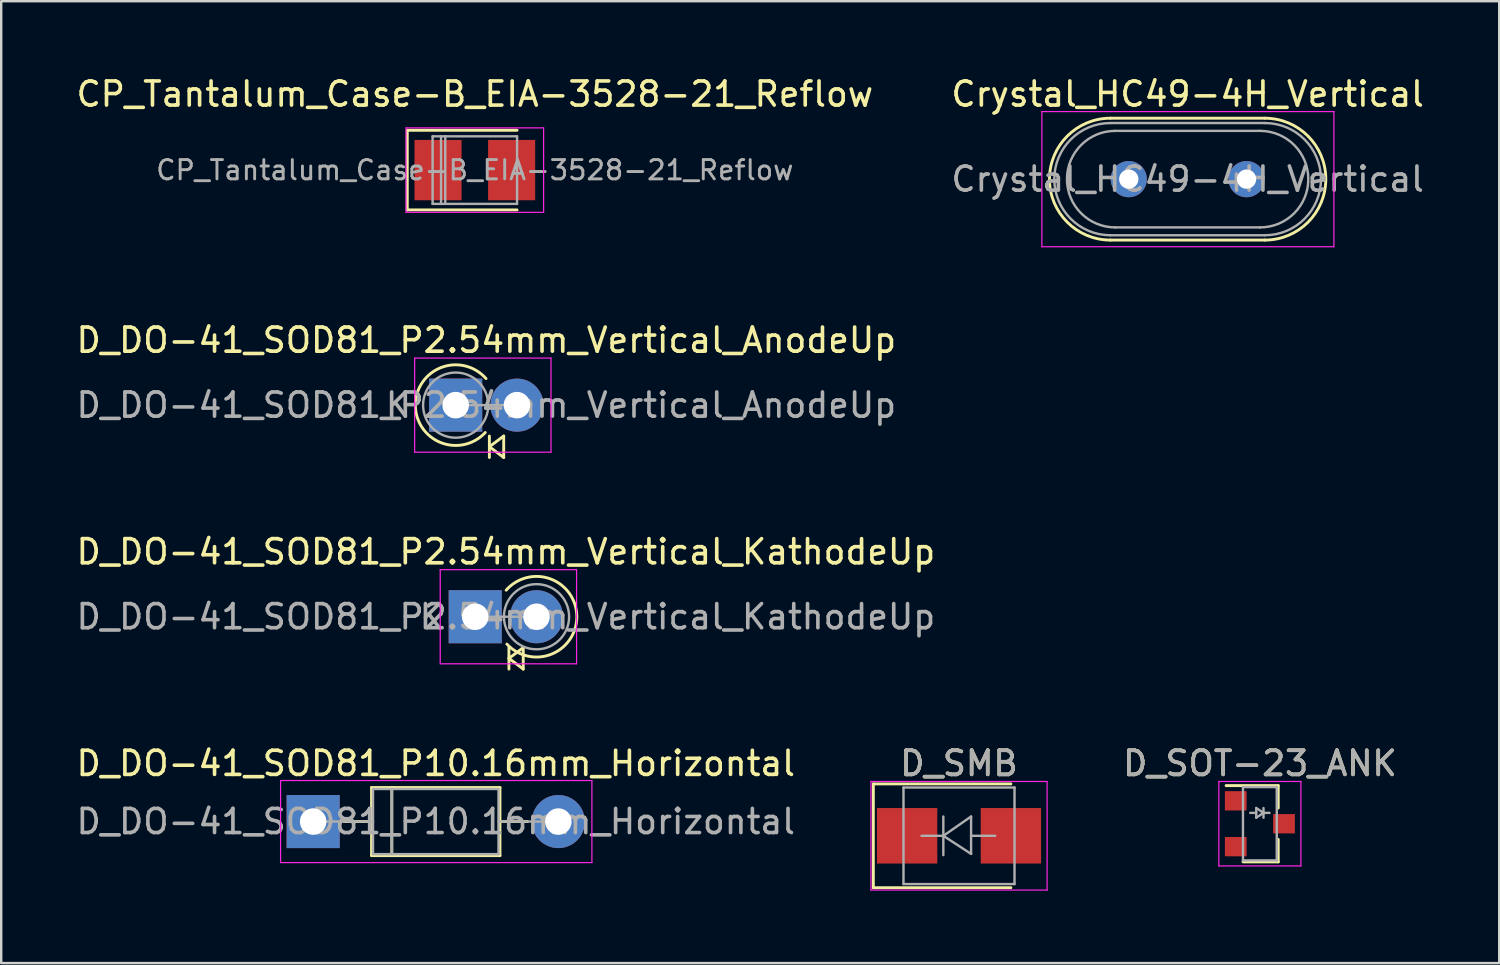
<source format=kicad_pcb>
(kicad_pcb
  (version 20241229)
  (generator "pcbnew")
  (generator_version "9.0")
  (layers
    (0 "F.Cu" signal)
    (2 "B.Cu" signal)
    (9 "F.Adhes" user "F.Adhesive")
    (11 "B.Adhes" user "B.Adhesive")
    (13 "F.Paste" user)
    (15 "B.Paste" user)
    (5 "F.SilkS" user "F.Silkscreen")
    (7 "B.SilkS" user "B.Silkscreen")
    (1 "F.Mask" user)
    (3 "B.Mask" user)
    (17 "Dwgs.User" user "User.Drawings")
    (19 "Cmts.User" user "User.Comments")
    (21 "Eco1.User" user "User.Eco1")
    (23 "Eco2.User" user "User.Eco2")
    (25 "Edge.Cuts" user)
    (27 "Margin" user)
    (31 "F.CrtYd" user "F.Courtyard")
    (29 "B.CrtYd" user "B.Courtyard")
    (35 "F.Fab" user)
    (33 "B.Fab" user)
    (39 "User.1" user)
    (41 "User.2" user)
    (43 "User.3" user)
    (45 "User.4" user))
  (footprint "D_DO-41_SOD81_P2.54mm_Vertical_KathodeUp"
    (layer "F.Cu")
    (at 16.641 22.505)
    (property "Reference" "D_DO-41_SOD81_P2.54mm_Vertical_KathodeUp" (at 1.27 -2.691 0) (layer "F.SilkS") (effects (font (size 1 1) (thickness 0.15))))
    (attr through_hole)
    (fp_line (start 1.397 1.28) (end 1.397 2.169) (stroke (width 0.12) (type solid)) (layer "F.SilkS"))
    (fp_line (start 1.397 1.724) (end 1.99 1.28) (stroke (width 0.12) (type solid)) (layer "F.SilkS"))
    (fp_line (start 1.99 1.28) (end 1.99 2.169) (stroke (width 0.12) (type solid)) (layer "F.SilkS"))
    (fp_line (start 1.99 2.169) (end 1.397 1.724) (stroke (width 0.12) (type solid)) (layer "F.SilkS"))
    (fp_arc (start 1.282484 -1.1) (mid 4.21058 -0.022525) (end 1.312599 1.133505) (stroke (width 0.12) (type solid)) (layer "F.SilkS"))
    (fp_line (start -1.45 -1.95) (end -1.45 1.95) (stroke (width 0.05) (type solid)) (layer "F.CrtYd"))
    (fp_line (start -1.45 1.95) (end 4.2 1.95) (stroke (width 0.05) (type solid)) (layer "F.CrtYd"))
    (fp_line (start 4.2 -1.95) (end -1.45 -1.95) (stroke (width 0.05) (type solid)) (layer "F.CrtYd"))
    (fp_line (start 4.2 1.95) (end 4.2 -1.95) (stroke (width 0.05) (type solid)) (layer "F.CrtYd"))
    (fp_line (start 0 0) (end 2.54 0) (stroke (width 0.1) (type solid)) (layer "F.Fab"))
    (fp_circle (center 2.54 0) (end 3.89 0) (stroke (width 0.1) (type solid)) (fill no) (layer "F.Fab"))
    (fp_text user "K" (at -1.8 0 0) (layer "F.Fab") (effects (font (size 1 1) (thickness 0.15))))
    (fp_text user "${REFERENCE}" (at 1.27 0 0) (layer "F.Fab") (effects (font (size 1 1) (thickness 0.15))))
    (pad "1" thru_hole rect (at 0 0) (size 2.2 2.2) (drill 1.1) (layers "*.Cu" "*.Mask"))
    (pad "2" thru_hole oval (at 2.54 0) (size 2.2 2.2) (drill 1.1) (layers "*.Cu" "*.Mask")))
  (footprint "Crystal_HC49-4H_Vertical"
    (layer "F.Cu")
    (at 43.721 4.373)
    (property "Reference" "Crystal_HC49-4H_Vertical" (at 2.44 -3.525 0) (layer "F.SilkS") (effects (font (size 1 1) (thickness 0.15))))
    (attr through_hole)
    (fp_line (start -0.76 -2.525) (end 5.64 -2.525) (stroke (width 0.12) (type solid)) (layer "F.SilkS"))
    (fp_line (start -0.76 2.525) (end 5.64 2.525) (stroke (width 0.12) (type solid)) (layer "F.SilkS"))
    (fp_arc (start -0.76 2.525) (mid -3.285 0) (end -0.76 -2.525) (stroke (width 0.12) (type solid)) (layer "F.SilkS"))
    (fp_arc (start 5.64 -2.525) (mid 8.165 0) (end 5.64 2.525) (stroke (width 0.12) (type solid)) (layer "F.SilkS"))
    (fp_line (start -3.6 -2.8) (end -3.6 2.8) (stroke (width 0.05) (type solid)) (layer "F.CrtYd"))
    (fp_line (start -3.6 2.8) (end 8.5 2.8) (stroke (width 0.05) (type solid)) (layer "F.CrtYd"))
    (fp_line (start 8.5 -2.8) (end -3.6 -2.8) (stroke (width 0.05) (type solid)) (layer "F.CrtYd"))
    (fp_line (start 8.5 2.8) (end 8.5 -2.8) (stroke (width 0.05) (type solid)) (layer "F.CrtYd"))
    (fp_line (start -0.76 -2.325) (end 5.64 -2.325) (stroke (width 0.1) (type solid)) (layer "F.Fab"))
    (fp_line (start -0.76 2.325) (end 5.64 2.325) (stroke (width 0.1) (type solid)) (layer "F.Fab"))
    (fp_line (start -0.56 -2) (end 5.44 -2) (stroke (width 0.1) (type solid)) (layer "F.Fab"))
    (fp_line (start -0.56 2) (end 5.44 2) (stroke (width 0.1) (type solid)) (layer "F.Fab"))
    (fp_arc (start -0.76 2.325) (mid -3.085 0) (end -0.76 -2.325) (stroke (width 0.1) (type solid)) (layer "F.Fab"))
    (fp_arc (start -0.56 2) (mid -2.56 0) (end -0.56 -2) (stroke (width 0.1) (type solid)) (layer "F.Fab"))
    (fp_arc (start 5.44 -2) (mid 7.44 0) (end 5.44 2) (stroke (width 0.1) (type solid)) (layer "F.Fab"))
    (fp_arc (start 5.64 -2.325) (mid 7.965 0) (end 5.64 2.325) (stroke (width 0.1) (type solid)) (layer "F.Fab"))
    (fp_text user "${REFERENCE}" (at 2.44 0 0) (layer "F.Fab") (effects (font (size 1 1) (thickness 0.15))))
    (pad "1" thru_hole circle (at 0 0) (size 1.5 1.5) (drill 0.8) (layers "*.Cu" "*.Mask"))
    (pad "2" thru_hole circle (at 4.88 0) (size 1.5 1.5) (drill 0.8) (layers "*.Cu" "*.Mask")))
  (footprint "D_SOT-23_ANK"
    (layer "F.Cu")
    (at 49.154 31.082)
    (property "Reference" "D_SOT-23_ANK" (at 0 -2.5 0) (layer "F.SilkS") (effects (font (size 1 1) (thickness 0.15))))
    (attr smd)
    (fp_line (start 0.76 -1.58) (end -1.4 -1.58) (stroke (width 0.12) (type solid)) (layer "F.SilkS"))
    (fp_line (start 0.76 -1.58) (end 0.76 -0.65) (stroke (width 0.12) (type solid)) (layer "F.SilkS"))
    (fp_line (start 0.76 1.58) (end -0.7 1.58) (stroke (width 0.12) (type solid)) (layer "F.SilkS"))
    (fp_line (start 0.76 1.58) (end 0.76 0.65) (stroke (width 0.12) (type solid)) (layer "F.SilkS"))
    (fp_line (start -1.7 -1.75) (end 1.7 -1.75) (stroke (width 0.05) (type solid)) (layer "F.CrtYd"))
    (fp_line (start -1.7 1.75) (end -1.7 -1.75) (stroke (width 0.05) (type solid)) (layer "F.CrtYd"))
    (fp_line (start 1.7 -1.75) (end 1.7 1.75) (stroke (width 0.05) (type solid)) (layer "F.CrtYd"))
    (fp_line (start 1.7 1.75) (end -1.7 1.75) (stroke (width 0.05) (type solid)) (layer "F.CrtYd"))
    (fp_line (start -0.7 -1.52) (end -0.7 1.52) (stroke (width 0.1) (type solid)) (layer "F.Fab"))
    (fp_line (start -0.7 -1.52) (end 0.7 -1.52) (stroke (width 0.1) (type solid)) (layer "F.Fab"))
    (fp_line (start -0.7 1.52) (end 0.7 1.52) (stroke (width 0.1) (type solid)) (layer "F.Fab"))
    (fp_line (start -0.15 -0.65) (end -0.15 -0.25) (stroke (width 0.1) (type solid)) (layer "F.Fab"))
    (fp_line (start -0.15 -0.45) (end -0.4 -0.45) (stroke (width 0.1) (type solid)) (layer "F.Fab"))
    (fp_line (start -0.15 -0.25) (end 0.15 -0.45) (stroke (width 0.1) (type solid)) (layer "F.Fab"))
    (fp_line (start 0.15 -0.65) (end 0.15 -0.25) (stroke (width 0.1) (type solid)) (layer "F.Fab"))
    (fp_line (start 0.15 -0.45) (end -0.15 -0.65) (stroke (width 0.1) (type solid)) (layer "F.Fab"))
    (fp_line (start 0.15 -0.45) (end 0.4 -0.45) (stroke (width 0.1) (type solid)) (layer "F.Fab"))
    (fp_line (start 0.7 -1.52) (end 0.7 1.52) (stroke (width 0.1) (type solid)) (layer "F.Fab"))
    (fp_text user "${REFERENCE}" (at 0 -2.5 0) (layer "F.Fab") (effects (font (size 1 1) (thickness 0.15))))
    (pad "1" smd rect (at -1 -0.95) (size 0.9 0.8) (layers "F.Cu" "F.Mask" "F.Paste"))
    (pad "2" smd rect (at -1 0.95) (size 0.9 0.8) (layers "F.Cu" "F.Mask" "F.Paste"))
    (pad "3" smd rect (at 1 0) (size 0.9 0.8) (layers "F.Cu" "F.Mask" "F.Paste")))
  (footprint "CP_Tantalum_Case-B_EIA-3528-21_Reflow"
    (layer "F.Cu")
    (at 16.625 3.998)
    (property "Reference" "CP_Tantalum_Case-B_EIA-3528-21_Reflow" (at 0 -3.15 0) (layer "F.SilkS") (effects (font (size 1 1) (thickness 0.15))))
    (attr smd)
    (fp_line (start -2.8 -1.65) (end -2.8 1.65) (stroke (width 0.12) (type solid)) (layer "F.SilkS"))
    (fp_line (start -2.8 -1.65) (end 1.75 -1.65) (stroke (width 0.12) (type solid)) (layer "F.SilkS"))
    (fp_line (start -2.8 1.65) (end 1.75 1.65) (stroke (width 0.12) (type solid)) (layer "F.SilkS"))
    (fp_line (start -2.85 -1.75) (end -2.85 1.75) (stroke (width 0.05) (type solid)) (layer "F.CrtYd"))
    (fp_line (start -2.85 1.75) (end 2.85 1.75) (stroke (width 0.05) (type solid)) (layer "F.CrtYd"))
    (fp_line (start 2.85 -1.75) (end -2.85 -1.75) (stroke (width 0.05) (type solid)) (layer "F.CrtYd"))
    (fp_line (start 2.85 1.75) (end 2.85 -1.75) (stroke (width 0.05) (type solid)) (layer "F.CrtYd"))
    (fp_line (start -1.75 -1.4) (end -1.75 1.4) (stroke (width 0.1) (type solid)) (layer "F.Fab"))
    (fp_line (start -1.75 1.4) (end 1.75 1.4) (stroke (width 0.1) (type solid)) (layer "F.Fab"))
    (fp_line (start -1.4 -1.4) (end -1.4 1.4) (stroke (width 0.1) (type solid)) (layer "F.Fab"))
    (fp_line (start -1.225 -1.4) (end -1.225 1.4) (stroke (width 0.1) (type solid)) (layer "F.Fab"))
    (fp_line (start 1.75 -1.4) (end -1.75 -1.4) (stroke (width 0.1) (type solid)) (layer "F.Fab"))
    (fp_line (start 1.75 1.4) (end 1.75 -1.4) (stroke (width 0.1) (type solid)) (layer "F.Fab"))
    (fp_text user "${REFERENCE}" (at 0 0 0) (layer "F.Fab") (effects (font (size 0.8 0.8) (thickness 0.12))))
    (pad "1" smd rect (at -1.525 0) (size 1.95 2.5) (layers "F.Cu" "F.Mask" "F.Paste"))
    (pad "2" smd rect (at 1.525 0) (size 1.95 2.5) (layers "F.Cu" "F.Mask" "F.Paste")))
  (footprint "D_DO-41_SOD81_P2.54mm_Vertical_AnodeUp"
    (layer "F.Cu")
    (at 15.831 13.737)
    (property "Reference" "D_DO-41_SOD81_P2.54mm_Vertical_AnodeUp" (at 1.27 -2.691 0) (layer "F.SilkS") (effects (font (size 1 1) (thickness 0.15))))
    (attr through_hole)
    (fp_line (start 1.397 1.28) (end 1.397 2.169) (stroke (width 0.12) (type solid)) (layer "F.SilkS"))
    (fp_line (start 1.397 1.724) (end 1.99 1.28) (stroke (width 0.12) (type solid)) (layer "F.SilkS"))
    (fp_line (start 1.99 1.28) (end 1.99 2.169) (stroke (width 0.12) (type solid)) (layer "F.SilkS"))
    (fp_line (start 1.99 2.169) (end 1.397 1.724) (stroke (width 0.12) (type solid)) (layer "F.SilkS"))
    (fp_arc (start 1.227401 1.133505) (mid -1.670581 -0.022525) (end 1.257516 -1.1) (stroke (width 0.12) (type solid)) (layer "F.SilkS"))
    (fp_line (start -1.7 -1.95) (end -1.7 1.95) (stroke (width 0.05) (type solid)) (layer "F.CrtYd"))
    (fp_line (start -1.7 1.95) (end 3.95 1.95) (stroke (width 0.05) (type solid)) (layer "F.CrtYd"))
    (fp_line (start 3.95 -1.95) (end -1.7 -1.95) (stroke (width 0.05) (type solid)) (layer "F.CrtYd"))
    (fp_line (start 3.95 1.95) (end 3.95 -1.95) (stroke (width 0.05) (type solid)) (layer "F.CrtYd"))
    (fp_line (start 0 0) (end 2.54 0) (stroke (width 0.1) (type solid)) (layer "F.Fab"))
    (fp_circle (center 0 0) (end 1.35 0) (stroke (width 0.1) (type solid)) (fill no) (layer "F.Fab"))
    (fp_text user "K" (at -2.391 0 0) (layer "F.Fab") (effects (font (size 1 1) (thickness 0.15))))
    (fp_text user "${REFERENCE}" (at 1.27 0 0) (layer "F.Fab") (effects (font (size 1 1) (thickness 0.15))))
    (pad "1" thru_hole rect (at 0 0) (size 2.2 2.2) (drill 1.1) (layers "*.Cu" "*.Mask"))
    (pad "2" thru_hole oval (at 2.54 0) (size 2.2 2.2) (drill 1.1) (layers "*.Cu" "*.Mask")))
  (footprint "D_SMB"
    (layer "F.Cu")
    (at 36.687 31.582)
    (property "Reference" "D_SMB" (at 0 -3 0) (layer "F.SilkS") (effects (font (size 1 1) (thickness 0.15))))
    (attr smd)
    (fp_line (start -3.55 -2.15) (end -3.55 2.15) (stroke (width 0.12) (type solid)) (layer "F.SilkS"))
    (fp_line (start -3.55 -2.15) (end 2.15 -2.15) (stroke (width 0.12) (type solid)) (layer "F.SilkS"))
    (fp_line (start -3.55 2.15) (end 2.15 2.15) (stroke (width 0.12) (type solid)) (layer "F.SilkS"))
    (fp_line (start -3.65 -2.25) (end 3.65 -2.25) (stroke (width 0.05) (type solid)) (layer "F.CrtYd"))
    (fp_line (start -3.65 2.25) (end -3.65 -2.25) (stroke (width 0.05) (type solid)) (layer "F.CrtYd"))
    (fp_line (start 3.65 -2.25) (end 3.65 2.25) (stroke (width 0.05) (type solid)) (layer "F.CrtYd"))
    (fp_line (start 3.65 2.25) (end -3.65 2.25) (stroke (width 0.05) (type solid)) (layer "F.CrtYd"))
    (fp_line (start -2.3 2) (end -2.3 -2) (stroke (width 0.1) (type solid)) (layer "F.Fab"))
    (fp_line (start -0.649 -0.799) (end -0.649 0.801) (stroke (width 0.1) (type solid)) (layer "F.Fab"))
    (fp_line (start -0.649 0.001) (end -1.551 0.001) (stroke (width 0.1) (type solid)) (layer "F.Fab"))
    (fp_line (start -0.649 0.001) (end 0.501 -0.799) (stroke (width 0.1) (type solid)) (layer "F.Fab"))
    (fp_line (start -0.649 0.001) (end 0.501 0.75) (stroke (width 0.1) (type solid)) (layer "F.Fab"))
    (fp_line (start 0.501 0.001) (end 1.499 0.001) (stroke (width 0.1) (type solid)) (layer "F.Fab"))
    (fp_line (start 0.501 0.75) (end 0.501 -0.799) (stroke (width 0.1) (type solid)) (layer "F.Fab"))
    (fp_line (start 2.3 -2) (end -2.3 -2) (stroke (width 0.1) (type solid)) (layer "F.Fab"))
    (fp_line (start 2.3 -2) (end 2.3 2) (stroke (width 0.1) (type solid)) (layer "F.Fab"))
    (fp_line (start 2.3 2) (end -2.3 2) (stroke (width 0.1) (type solid)) (layer "F.Fab"))
    (fp_text user "${REFERENCE}" (at 0 -3 0) (layer "F.Fab") (effects (font (size 1 1) (thickness 0.15))))
    (pad "1" smd rect (at -2.15 0) (size 2.5 2.3) (layers "F.Cu" "F.Mask" "F.Paste"))
    (pad "2" smd rect (at 2.15 0) (size 2.5 2.3) (layers "F.Cu" "F.Mask" "F.Paste")))
  (footprint "D_DO-41_SOD81_P10.16mm_Horizontal"
    (layer "F.Cu")
    (at 9.926 30.992)
    (property "Reference" "D_DO-41_SOD81_P10.16mm_Horizontal" (at 5.08 -2.41 0) (layer "F.SilkS") (effects (font (size 1 1) (thickness 0.15))))
    (attr through_hole)
    (fp_line (start 1.28 0) (end 2.42 0) (stroke (width 0.12) (type solid)) (layer "F.SilkS"))
    (fp_line (start 2.42 -1.41) (end 2.42 1.41) (stroke (width 0.12) (type solid)) (layer "F.SilkS"))
    (fp_line (start 2.42 1.41) (end 7.74 1.41) (stroke (width 0.12) (type solid)) (layer "F.SilkS"))
    (fp_line (start 3.26 -1.41) (end 3.26 1.41) (stroke (width 0.12) (type solid)) (layer "F.SilkS"))
    (fp_line (start 7.74 -1.41) (end 2.42 -1.41) (stroke (width 0.12) (type solid)) (layer "F.SilkS"))
    (fp_line (start 7.74 1.41) (end 7.74 -1.41) (stroke (width 0.12) (type solid)) (layer "F.SilkS"))
    (fp_line (start 8.88 0) (end 7.74 0) (stroke (width 0.12) (type solid)) (layer "F.SilkS"))
    (fp_line (start -1.35 -1.7) (end -1.35 1.7) (stroke (width 0.05) (type solid)) (layer "F.CrtYd"))
    (fp_line (start -1.35 1.7) (end 11.55 1.7) (stroke (width 0.05) (type solid)) (layer "F.CrtYd"))
    (fp_line (start 11.55 -1.7) (end -1.35 -1.7) (stroke (width 0.05) (type solid)) (layer "F.CrtYd"))
    (fp_line (start 11.55 1.7) (end 11.55 -1.7) (stroke (width 0.05) (type solid)) (layer "F.CrtYd"))
    (fp_line (start 0 0) (end 2.48 0) (stroke (width 0.1) (type solid)) (layer "F.Fab"))
    (fp_line (start 2.48 -1.35) (end 2.48 1.35) (stroke (width 0.1) (type solid)) (layer "F.Fab"))
    (fp_line (start 2.48 1.35) (end 7.68 1.35) (stroke (width 0.1) (type solid)) (layer "F.Fab"))
    (fp_line (start 3.26 -1.35) (end 3.26 1.35) (stroke (width 0.1) (type solid)) (layer "F.Fab"))
    (fp_line (start 7.68 -1.35) (end 2.48 -1.35) (stroke (width 0.1) (type solid)) (layer "F.Fab"))
    (fp_line (start 7.68 1.35) (end 7.68 -1.35) (stroke (width 0.1) (type solid)) (layer "F.Fab"))
    (fp_line (start 10.16 0) (end 7.68 0) (stroke (width 0.1) (type solid)) (layer "F.Fab"))
    (fp_text user "${REFERENCE}" (at 5.08 0 0) (layer "F.Fab") (effects (font (size 1 1) (thickness 0.15))))
    (pad "1" thru_hole rect (at 0 0) (size 2.2 2.2) (drill 1.1) (layers "*.Cu" "*.Mask"))
    (pad "2" thru_hole oval (at 10.16 0) (size 2.2 2.2) (drill 1.1) (layers "*.Cu" "*.Mask")))
  (gr_rect
    (start -3 -3)
    (end 59.071 36.857)
    (stroke (width 0.1) (type default))
    (fill no)
    (layer "Edge.Cuts")))
</source>
